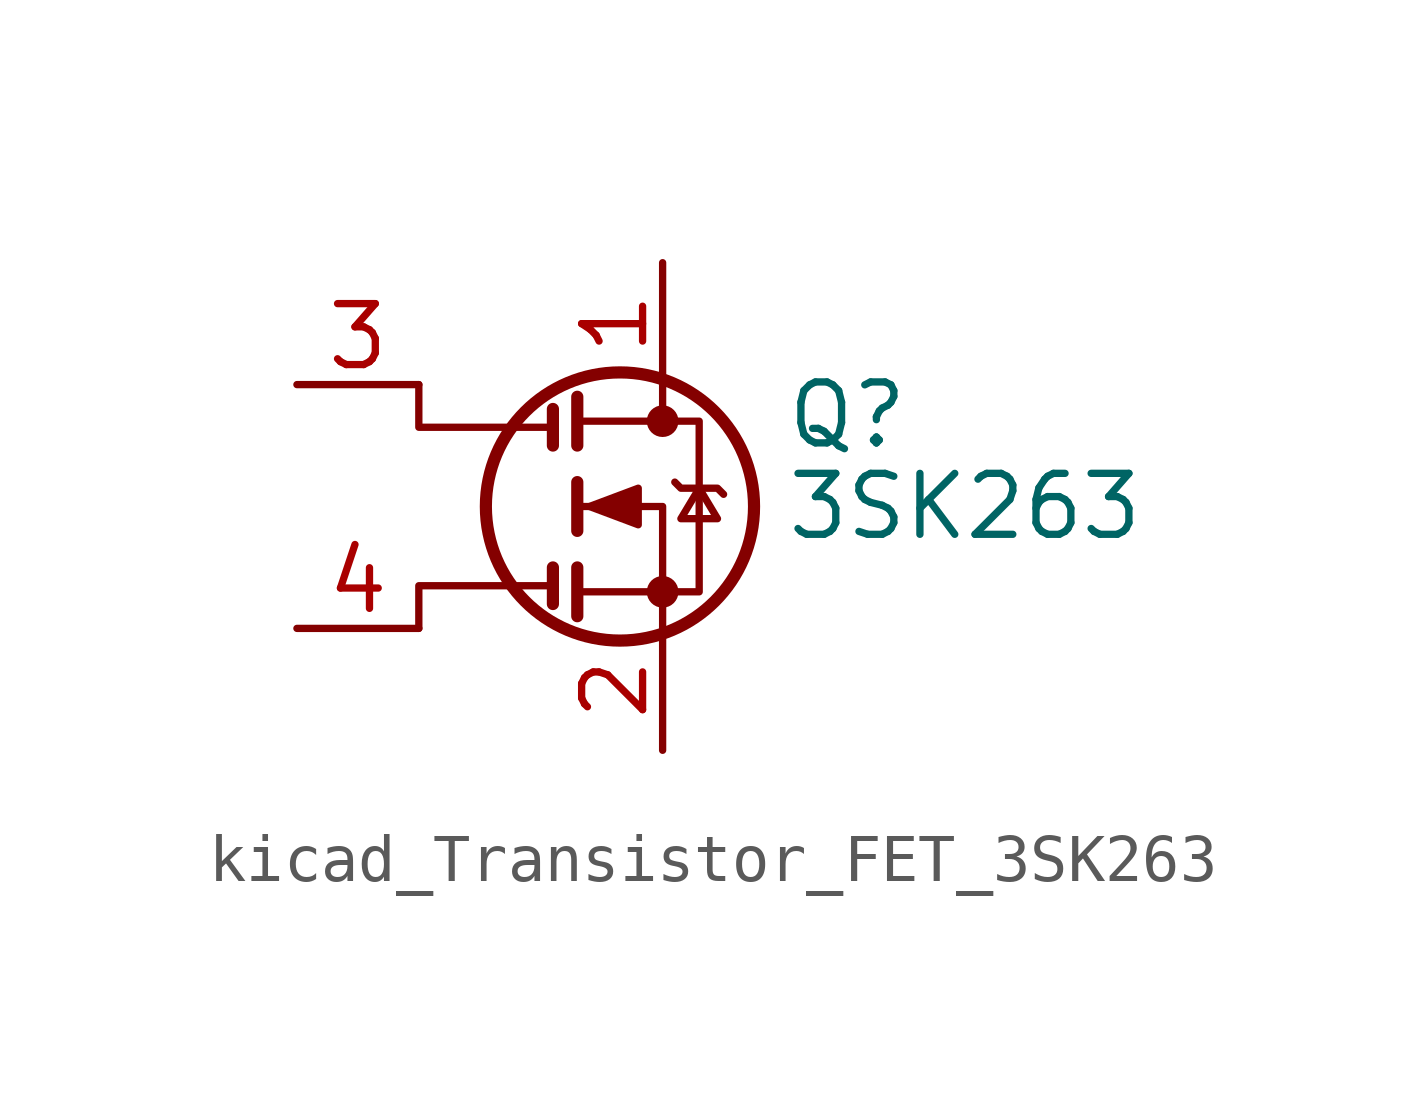
<source format=kicad_sym>
(kicad_symbol_lib
  (version 20220914)
  (generator kicad_symbol_editor)
  (symbol "kicad_Transistor_FET_3SK263"
    (pin_names hide)
    (property "Reference" "Q"
      (at 5.08 1.905 0)
      (effects (font (size 1.27 1.27)) (justify left)))
    (property "Value" "3SK263"
      (at 5.08 0 0)
      (effects (font (size 1.27 1.27)) (justify left)))
    (symbol "kicad_Transistor_FET_3SK263_0_1"
      (polyline (pts (xy 0.254 -2.032) (xy 0.254 -1.27)) (stroke (width 0.254) (type default)) (fill (type none)))
      (polyline (pts (xy 0.254 2.032) (xy 0.254 1.27)) (stroke (width 0.254) (type default)) (fill (type none)))
      (polyline (pts (xy 0.762 -1.27) (xy 0.762 -2.286)) (stroke (width 0.254) (type default)) (fill (type none)))
      (polyline (pts (xy 0.762 0.508) (xy 0.762 -0.508)) (stroke (width 0.254) (type default)) (fill (type none)))
      (polyline (pts (xy 0.762 2.286) (xy 0.762 1.27)) (stroke (width 0.254) (type default)) (fill (type none)))
      (polyline (pts (xy 2.54 2.54) (xy 2.54 1.778)) (stroke (width 0) (type default)) (fill (type none)))
      (polyline (pts (xy 0.254 -1.651) (xy -2.54 -1.651) (xy -2.54 -2.54)) (stroke (width 0) (type default)) (fill (type none)))
      (polyline (pts (xy 0.254 1.651) (xy -2.54 1.651) (xy -2.54 2.54)) (stroke (width 0) (type default)) (fill (type none)))
      (polyline (pts (xy 2.54 -2.54) (xy 2.54 0) (xy 0.762 0)) (stroke (width 0) (type default)) (fill (type none)))
      (polyline (pts (xy 0.762 -1.778) (xy 3.302 -1.778) (xy 3.302 1.778) (xy 0.762 1.778)) (stroke (width 0) (type default)) (fill (type none)))
      (polyline (pts (xy 1.016 0) (xy 2.032 0.381) (xy 2.032 -0.381) (xy 1.016 0)) (stroke (width 0) (type default)) (fill (type outline)))
      (polyline (pts (xy 2.794 0.508) (xy 2.921 0.381) (xy 3.683 0.381) (xy 3.81 0.254)) (stroke (width 0) (type default)) (fill (type none)))
      (polyline (pts (xy 3.302 0.381) (xy 2.921 -0.254) (xy 3.683 -0.254) (xy 3.302 0.381)) (stroke (width 0) (type default)) (fill (type none)))
      (circle (center 1.651 0) (radius 2.794) (stroke (width 0.254) (type default)) (fill (type none)))
      (circle (center 2.54 -1.778) (radius 0.254) (stroke (width 0) (type default)) (fill (type outline)))
      (circle (center 2.54 1.778) (radius 0.254) (stroke (width 0) (type default)) (fill (type outline))))
    (symbol "kicad_Transistor_FET_3SK263_1_1"
      (pin passive line (at 2.54 5.08 270) (length 2.54) (name "D" (effects (font (size 1.27 1.27)))) (number "1" (effects (font (size 1.27 1.27)))))
      (pin passive line (at 2.54 -5.08 90) (length 2.54) (name "S" (effects (font (size 1.27 1.27)))) (number "2" (effects (font (size 1.27 1.27)))))
      (pin passive line (at -5.08 2.54 0) (length 2.54) (name "G1" (effects (font (size 1.27 1.27)))) (number "3" (effects (font (size 1.27 1.27)))))
      (pin passive line (at -5.08 -2.54 0) (length 2.54) (name "G2" (effects (font (size 1.27 1.27)))) (number "4" (effects (font (size 1.27 1.27))))))))
</source>
